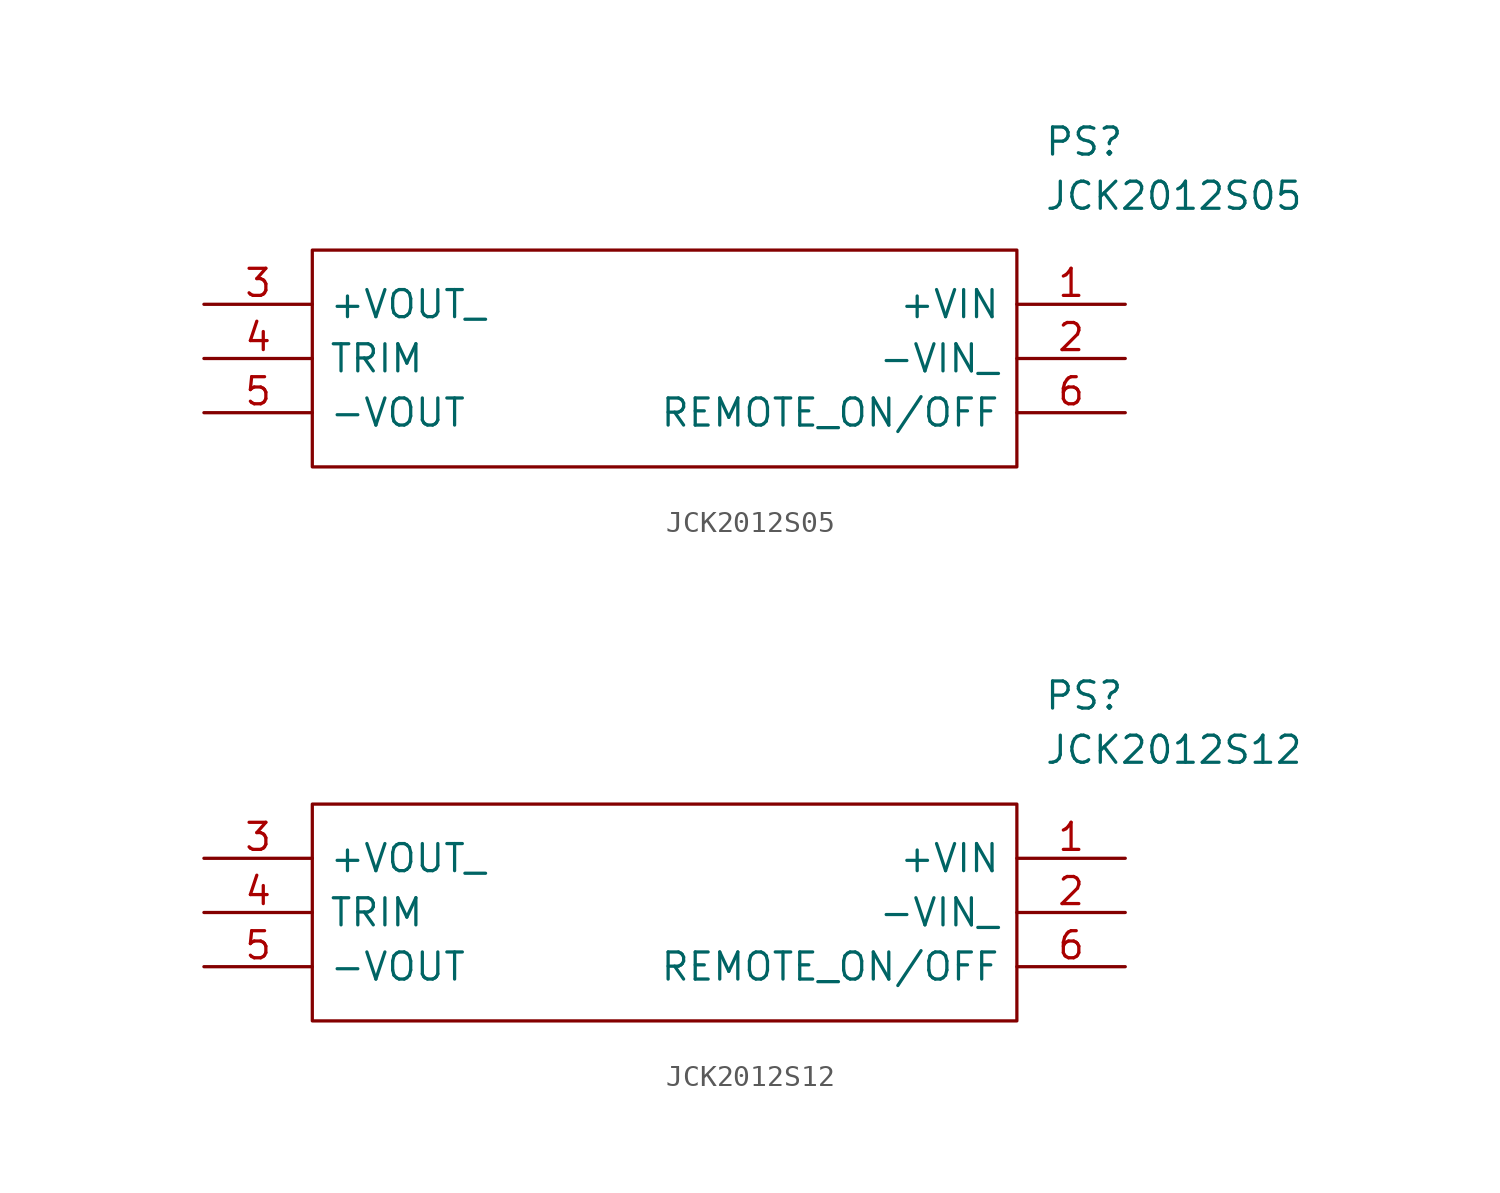
<source format=kicad_sym>
(kicad_symbol_lib
  (version 20211014)
  (generator kicad_symbol_editor)
  (symbol "JCK2012S05"
    (pin_names
      (offset 0.762))
    (property "Reference" "PS"
      (at 39.37 7.62 0)
      (effects (font (size 1.27 1.27)) (justify left)))
    (property "Value" "JCK2012S05"
      (at 39.37 5.08 0)
      (effects (font (size 1.27 1.27)) (justify left)))
    (symbol "JCK2012S05_0_0"
      (pin passive line (at 43.18 0 180) (length 5.08) (name "+VIN" (effects (font (size 1.27 1.27)))) (number "1" (effects (font (size 1.27 1.27)))))
      (pin passive line (at 43.18 -2.54 180) (length 5.08) (name "-VIN_" (effects (font (size 1.27 1.27)))) (number "2" (effects (font (size 1.27 1.27)))))
      (pin passive line (at 0 0 0) (length 5.08) (name "+VOUT_" (effects (font (size 1.27 1.27)))) (number "3" (effects (font (size 1.27 1.27)))))
      (pin passive line (at 0 -2.54 0) (length 5.08) (name "TRIM" (effects (font (size 1.27 1.27)))) (number "4" (effects (font (size 1.27 1.27)))))
      (pin passive line (at 0 -5.08 0) (length 5.08) (name "-VOUT" (effects (font (size 1.27 1.27)))) (number "5" (effects (font (size 1.27 1.27)))))
      (pin passive line (at 43.18 -5.08 180) (length 5.08) (name "REMOTE_ON/OFF" (effects (font (size 1.27 1.27)))) (number "6" (effects (font (size 1.27 1.27))))))
    (symbol "JCK2012S05_0_1"
      (polyline (pts (xy 5.08 2.54) (xy 38.1 2.54) (xy 38.1 -7.62) (xy 5.08 -7.62) (xy 5.08 2.54)) (stroke (width 0.152) (type default) (color 0 0 0 0)) (fill (type none)))))
  (symbol "JCK2012S12"
    (pin_names
      (offset 0.762))
    (property "Reference" "PS"
      (at 39.37 7.62 0)
      (effects (font (size 1.27 1.27)) (justify left)))
    (property "Value" "JCK2012S12"
      (at 39.37 5.08 0)
      (effects (font (size 1.27 1.27)) (justify left)))
    (symbol "JCK2012S12_0_0"
      (pin passive line (at 43.18 0 180) (length 5.08) (name "+VIN" (effects (font (size 1.27 1.27)))) (number "1" (effects (font (size 1.27 1.27)))))
      (pin passive line (at 43.18 -2.54 180) (length 5.08) (name "-VIN_" (effects (font (size 1.27 1.27)))) (number "2" (effects (font (size 1.27 1.27)))))
      (pin passive line (at 0 0 0) (length 5.08) (name "+VOUT_" (effects (font (size 1.27 1.27)))) (number "3" (effects (font (size 1.27 1.27)))))
      (pin passive line (at 0 -2.54 0) (length 5.08) (name "TRIM" (effects (font (size 1.27 1.27)))) (number "4" (effects (font (size 1.27 1.27)))))
      (pin passive line (at 0 -5.08 0) (length 5.08) (name "-VOUT" (effects (font (size 1.27 1.27)))) (number "5" (effects (font (size 1.27 1.27)))))
      (pin passive line (at 43.18 -5.08 180) (length 5.08) (name "REMOTE_ON/OFF" (effects (font (size 1.27 1.27)))) (number "6" (effects (font (size 1.27 1.27))))))
    (symbol "JCK2012S12_0_1"
      (polyline (pts (xy 5.08 2.54) (xy 38.1 2.54) (xy 38.1 -7.62) (xy 5.08 -7.62) (xy 5.08 2.54)) (stroke (width 0.152) (type default) (color 0 0 0 0)) (fill (type none))))))
</source>
